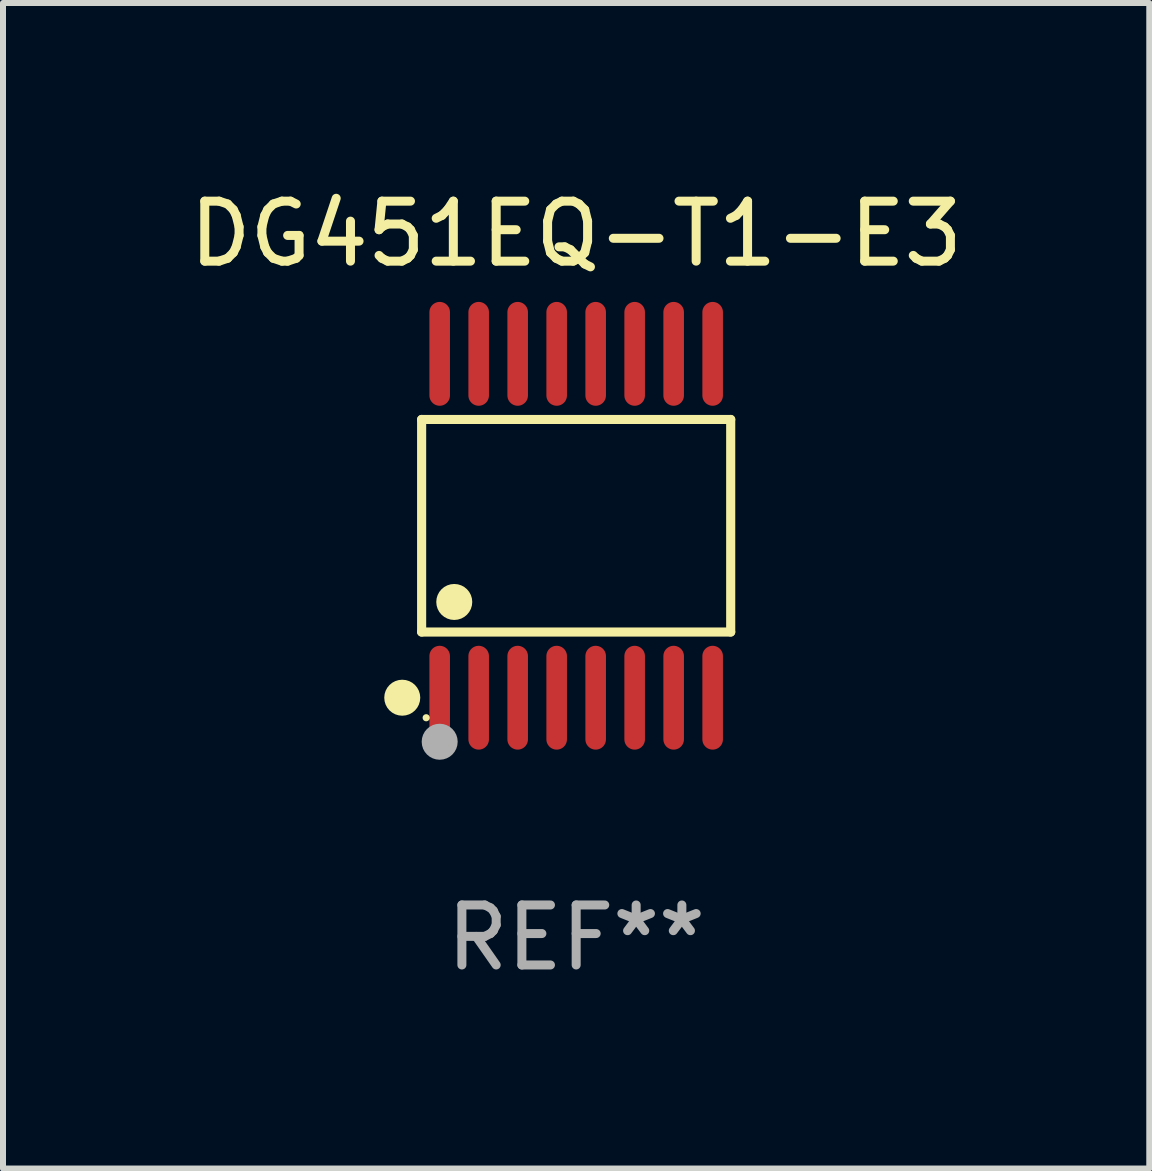
<source format=kicad_pcb>
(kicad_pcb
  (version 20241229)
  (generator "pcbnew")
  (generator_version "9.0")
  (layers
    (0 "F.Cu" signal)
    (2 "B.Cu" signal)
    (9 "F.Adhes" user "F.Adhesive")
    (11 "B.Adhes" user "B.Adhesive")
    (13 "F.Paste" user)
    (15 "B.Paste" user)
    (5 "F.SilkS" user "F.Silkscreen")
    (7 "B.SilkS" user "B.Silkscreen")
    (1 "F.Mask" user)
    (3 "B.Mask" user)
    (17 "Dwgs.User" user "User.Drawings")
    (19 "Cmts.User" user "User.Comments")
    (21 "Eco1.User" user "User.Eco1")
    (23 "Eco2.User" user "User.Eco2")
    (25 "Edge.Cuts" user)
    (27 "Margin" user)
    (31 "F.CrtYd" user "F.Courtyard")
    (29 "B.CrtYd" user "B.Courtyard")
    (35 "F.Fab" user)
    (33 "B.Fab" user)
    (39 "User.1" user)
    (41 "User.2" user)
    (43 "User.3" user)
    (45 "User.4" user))
  (footprint "DG451EQ-T1-E3"
    (layer "F.Cu")
    (at 6.554 5.714)
    (property "Reference" "DG451EQ-T1-E3" (at 0 -4.866 0) (layer "F.SilkS") (effects (font (size 1 1) (thickness 0.15))))
    (attr through_hole)
    (fp_line (start -2.576 -1.772) (end 2.576 -1.772) (stroke (width 0.152) (type solid)) (layer "F.SilkS"))
    (fp_line (start -2.576 1.771) (end -2.576 -1.772) (stroke (width 0.152) (type solid)) (layer "F.SilkS"))
    (fp_line (start 2.576 -1.772) (end 2.576 1.771) (stroke (width 0.152) (type solid)) (layer "F.SilkS"))
    (fp_line (start 2.576 1.771) (end -2.576 1.771) (stroke (width 0.152) (type solid)) (layer "F.SilkS"))
    (fp_circle (center -2.899 2.866) (end -2.749 2.866) (stroke (width 0.3) (type solid)) (fill no) (layer "F.SilkS"))
    (fp_circle (center -2.5 3.2) (end -2.47 3.2) (stroke (width 0.06) (type solid)) (fill no) (layer "F.SilkS"))
    (fp_circle (center -2.032 1.27) (end -1.882 1.27) (stroke (width 0.3) (type solid)) (fill no) (layer "F.SilkS"))
    (fp_circle (center -2.275 3.6) (end -2.125 3.6) (stroke (width 0.3) (type solid)) (fill no) (layer "F.Fab"))
    (fp_text user "REF**" (at 0 6.866 0) (layer "F.Fab") (effects (font (size 1 1) (thickness 0.15))))
    (pad "1" smd oval (at -2.275 2.866) (size 0.343 1.731) (layers "F.Cu" "F.Mask" "F.Paste"))
    (pad "2" smd oval (at -1.625 2.866) (size 0.343 1.731) (layers "F.Cu" "F.Mask" "F.Paste"))
    (pad "3" smd oval (at -0.975 2.866) (size 0.343 1.731) (layers "F.Cu" "F.Mask" "F.Paste"))
    (pad "4" smd oval (at -0.325 2.866) (size 0.343 1.731) (layers "F.Cu" "F.Mask" "F.Paste"))
    (pad "5" smd oval (at 0.325 2.866) (size 0.343 1.731) (layers "F.Cu" "F.Mask" "F.Paste"))
    (pad "6" smd oval (at 0.975 2.866) (size 0.343 1.731) (layers "F.Cu" "F.Mask" "F.Paste"))
    (pad "7" smd oval (at 1.625 2.866) (size 0.343 1.731) (layers "F.Cu" "F.Mask" "F.Paste"))
    (pad "8" smd oval (at 2.275 2.866) (size 0.343 1.731) (layers "F.Cu" "F.Mask" "F.Paste"))
    (pad "9" smd oval (at 2.275 -2.866) (size 0.343 1.731) (layers "F.Cu" "F.Mask" "F.Paste"))
    (pad "10" smd oval (at 1.625 -2.866) (size 0.343 1.731) (layers "F.Cu" "F.Mask" "F.Paste"))
    (pad "11" smd oval (at 0.975 -2.866) (size 0.343 1.731) (layers "F.Cu" "F.Mask" "F.Paste"))
    (pad "12" smd oval (at 0.325 -2.866) (size 0.343 1.731) (layers "F.Cu" "F.Mask" "F.Paste"))
    (pad "13" smd oval (at -0.325 -2.866) (size 0.343 1.731) (layers "F.Cu" "F.Mask" "F.Paste"))
    (pad "14" smd oval (at -0.975 -2.866) (size 0.343 1.731) (layers "F.Cu" "F.Mask" "F.Paste"))
    (pad "15" smd oval (at -1.625 -2.866) (size 0.343 1.731) (layers "F.Cu" "F.Mask" "F.Paste"))
    (pad "16" smd oval (at -2.275 -2.866) (size 0.343 1.731) (layers "F.Cu" "F.Mask" "F.Paste")))
  (gr_rect
    (start -3 -3)
    (end 16.107 16.428)
    (stroke (width 0.1) (type default))
    (fill no)
    (layer "Edge.Cuts")))
</source>
